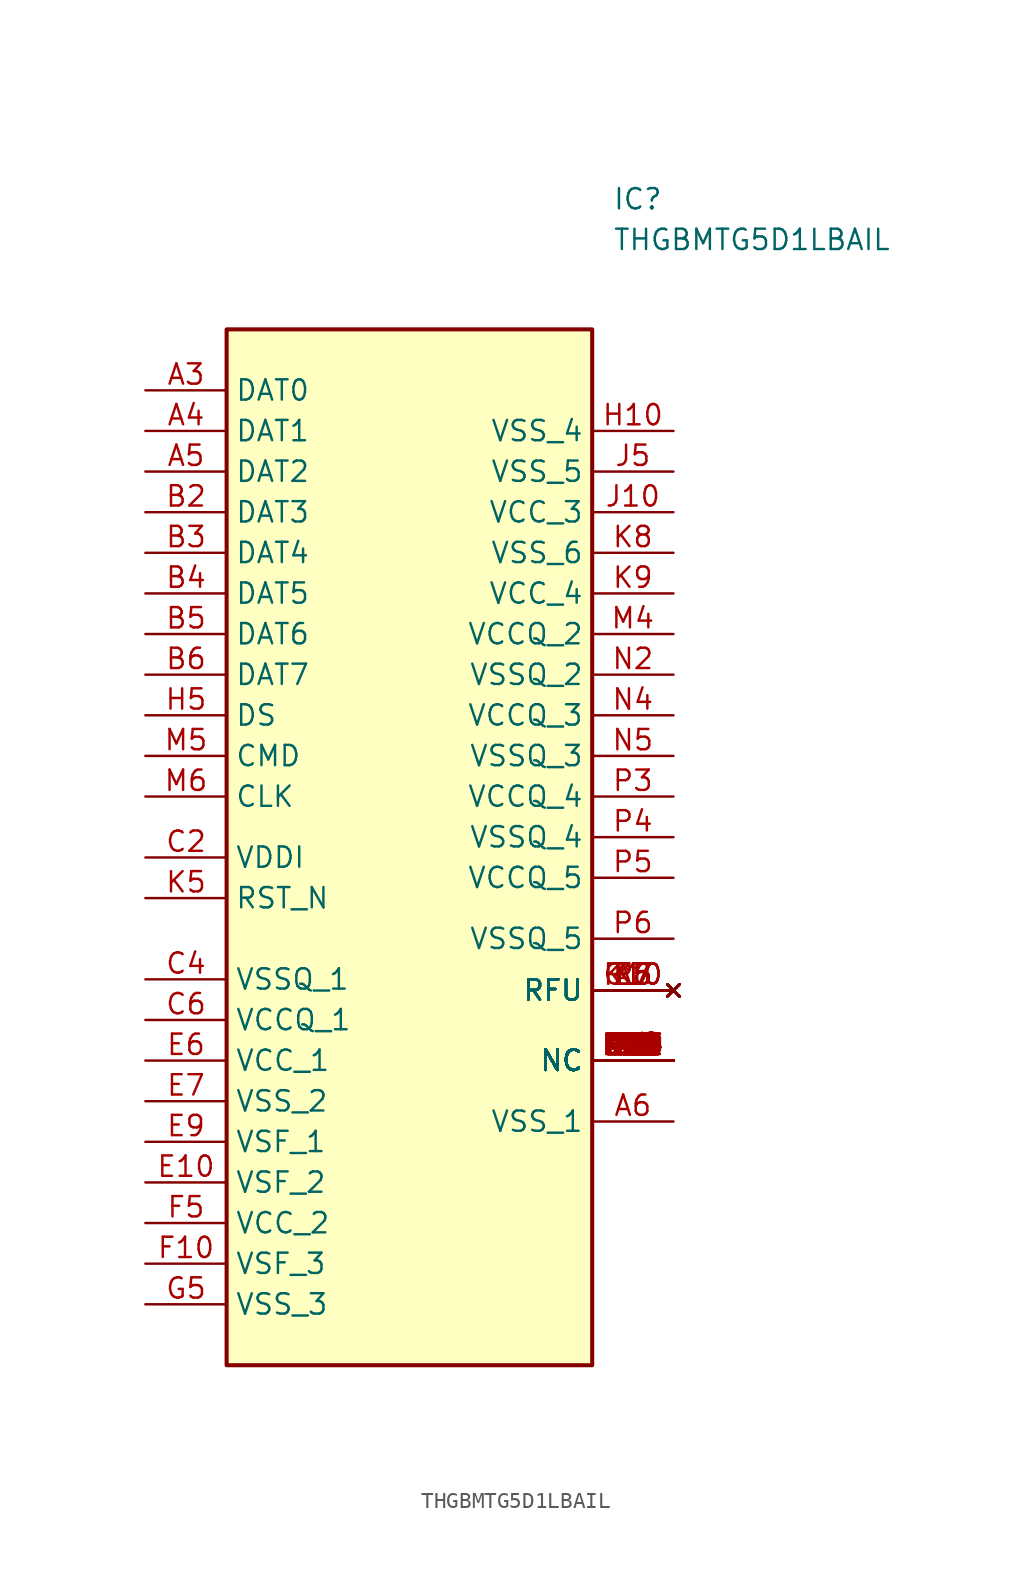
<source format=kicad_sym>
(kicad_symbol_lib
  (version 20220914)
  (generator kicad_symbol_editor)
  (symbol "THGBMTG5D1LBAIL"
    (property "Reference" "IC"
      (at 29.21 7.62 0)
      (effects (font (size 1.27 1.27)) (justify left top)))
    (property "Value" "THGBMTG5D1LBAIL"
      (at 29.21 5.08 0)
      (effects (font (size 1.27 1.27)) (justify left top)))
    (symbol "THGBMTG5D1LBAIL_1_1"
      (rectangle (start 5.08 -1.27) (end 27.94 -66.04) (stroke (width 0.254) (type default)) (fill (type background)))
      (pin passive line (at 33.02 -46.99 180) (length 5.08) (name "NC" (effects (font (size 1.27 1.27)))) (number "A1" (effects (font (size 1.27 1.27)))))
      (pin passive line (at 33.02 -46.99 180) (length 5.08) (name "NC" (effects (font (size 1.27 1.27)))) (number "A10" (effects (font (size 1.27 1.27)))))
      (pin passive line (at 33.02 -46.99 180) (length 5.08) (name "NC" (effects (font (size 1.27 1.27)))) (number "A11" (effects (font (size 1.27 1.27)))))
      (pin passive line (at 33.02 -46.99 180) (length 5.08) (name "NC" (effects (font (size 1.27 1.27)))) (number "A12" (effects (font (size 1.27 1.27)))))
      (pin passive line (at 33.02 -46.99 180) (length 5.08) (name "NC" (effects (font (size 1.27 1.27)))) (number "A13" (effects (font (size 1.27 1.27)))))
      (pin passive line (at 33.02 -46.99 180) (length 5.08) (name "NC" (effects (font (size 1.27 1.27)))) (number "A14" (effects (font (size 1.27 1.27)))))
      (pin passive line (at 33.02 -46.99 180) (length 5.08) (name "NC" (effects (font (size 1.27 1.27)))) (number "A2" (effects (font (size 1.27 1.27)))))
      (pin passive line (at 0 -5.08 0) (length 5.08) (name "DAT0" (effects (font (size 1.27 1.27)))) (number "A3" (effects (font (size 1.27 1.27)))))
      (pin passive line (at 0 -7.62 0) (length 5.08) (name "DAT1" (effects (font (size 1.27 1.27)))) (number "A4" (effects (font (size 1.27 1.27)))))
      (pin passive line (at 0 -10.16 0) (length 5.08) (name "DAT2" (effects (font (size 1.27 1.27)))) (number "A5" (effects (font (size 1.27 1.27)))))
      (pin passive line (at 33.02 -50.8 180) (length 5.08) (name "VSS_1" (effects (font (size 1.27 1.27)))) (number "A6" (effects (font (size 1.27 1.27)))))
      (pin no_connect line (at 33.02 -42.6 180) (length 5.08) (name "RFU" (effects (font (size 1.27 1.27)))) (number "A7" (effects (font (size 1.27 1.27)))))
      (pin passive line (at 33.02 -46.99 180) (length 5.08) (name "NC" (effects (font (size 1.27 1.27)))) (number "A8" (effects (font (size 1.27 1.27)))))
      (pin passive line (at 33.02 -46.99 180) (length 5.08) (name "NC" (effects (font (size 1.27 1.27)))) (number "A9" (effects (font (size 1.27 1.27)))))
      (pin passive line (at 33.02 -46.99 180) (length 5.08) (name "NC" (effects (font (size 1.27 1.27)))) (number "B1" (effects (font (size 1.27 1.27)))))
      (pin passive line (at 33.02 -46.99 180) (length 5.08) (name "NC" (effects (font (size 1.27 1.27)))) (number "B10" (effects (font (size 1.27 1.27)))))
      (pin passive line (at 33.02 -46.99 180) (length 5.08) (name "NC" (effects (font (size 1.27 1.27)))) (number "B11" (effects (font (size 1.27 1.27)))))
      (pin passive line (at 33.02 -46.99 180) (length 5.08) (name "NC" (effects (font (size 1.27 1.27)))) (number "B12" (effects (font (size 1.27 1.27)))))
      (pin passive line (at 33.02 -46.99 180) (length 5.08) (name "NC" (effects (font (size 1.27 1.27)))) (number "B13" (effects (font (size 1.27 1.27)))))
      (pin passive line (at 33.02 -46.99 180) (length 5.08) (name "NC" (effects (font (size 1.27 1.27)))) (number "B14" (effects (font (size 1.27 1.27)))))
      (pin passive line (at 0 -12.7 0) (length 5.08) (name "DAT3" (effects (font (size 1.27 1.27)))) (number "B2" (effects (font (size 1.27 1.27)))))
      (pin passive line (at 0 -15.24 0) (length 5.08) (name "DAT4" (effects (font (size 1.27 1.27)))) (number "B3" (effects (font (size 1.27 1.27)))))
      (pin passive line (at 0 -17.78 0) (length 5.08) (name "DAT5" (effects (font (size 1.27 1.27)))) (number "B4" (effects (font (size 1.27 1.27)))))
      (pin passive line (at 0 -20.32 0) (length 5.08) (name "DAT6" (effects (font (size 1.27 1.27)))) (number "B5" (effects (font (size 1.27 1.27)))))
      (pin passive line (at 0 -22.86 0) (length 5.08) (name "DAT7" (effects (font (size 1.27 1.27)))) (number "B6" (effects (font (size 1.27 1.27)))))
      (pin passive line (at 33.02 -46.99 180) (length 5.08) (name "NC" (effects (font (size 1.27 1.27)))) (number "B7" (effects (font (size 1.27 1.27)))))
      (pin passive line (at 33.02 -46.99 180) (length 5.08) (name "NC" (effects (font (size 1.27 1.27)))) (number "B8" (effects (font (size 1.27 1.27)))))
      (pin passive line (at 33.02 -46.99 180) (length 5.08) (name "NC" (effects (font (size 1.27 1.27)))) (number "B9" (effects (font (size 1.27 1.27)))))
      (pin passive line (at 33.02 -46.99 180) (length 5.08) (name "NC" (effects (font (size 1.27 1.27)))) (number "C1" (effects (font (size 1.27 1.27)))))
      (pin passive line (at 33.02 -46.99 180) (length 5.08) (name "NC" (effects (font (size 1.27 1.27)))) (number "C10" (effects (font (size 1.27 1.27)))))
      (pin passive line (at 33.02 -46.99 180) (length 5.08) (name "NC" (effects (font (size 1.27 1.27)))) (number "C11" (effects (font (size 1.27 1.27)))))
      (pin passive line (at 33.02 -46.99 180) (length 5.08) (name "NC" (effects (font (size 1.27 1.27)))) (number "C12" (effects (font (size 1.27 1.27)))))
      (pin passive line (at 33.02 -46.99 180) (length 5.08) (name "NC" (effects (font (size 1.27 1.27)))) (number "C13" (effects (font (size 1.27 1.27)))))
      (pin passive line (at 33.02 -46.99 180) (length 5.08) (name "NC" (effects (font (size 1.27 1.27)))) (number "C14" (effects (font (size 1.27 1.27)))))
      (pin passive line (at 0 -34.29 0) (length 5.08) (name "VDDI" (effects (font (size 1.27 1.27)))) (number "C2" (effects (font (size 1.27 1.27)))))
      (pin passive line (at 33.02 -46.99 180) (length 5.08) (name "NC" (effects (font (size 1.27 1.27)))) (number "C3" (effects (font (size 1.27 1.27)))))
      (pin passive line (at 0 -41.91 0) (length 5.08) (name "VSSQ_1" (effects (font (size 1.27 1.27)))) (number "C4" (effects (font (size 1.27 1.27)))))
      (pin passive line (at 33.02 -46.99 180) (length 5.08) (name "NC" (effects (font (size 1.27 1.27)))) (number "C5" (effects (font (size 1.27 1.27)))))
      (pin passive line (at 0 -44.45 0) (length 5.08) (name "VCCQ_1" (effects (font (size 1.27 1.27)))) (number "C6" (effects (font (size 1.27 1.27)))))
      (pin passive line (at 33.02 -46.99 180) (length 5.08) (name "NC" (effects (font (size 1.27 1.27)))) (number "C7" (effects (font (size 1.27 1.27)))))
      (pin passive line (at 33.02 -46.99 180) (length 5.08) (name "NC" (effects (font (size 1.27 1.27)))) (number "C8" (effects (font (size 1.27 1.27)))))
      (pin passive line (at 33.02 -46.99 180) (length 5.08) (name "NC" (effects (font (size 1.27 1.27)))) (number "C9" (effects (font (size 1.27 1.27)))))
      (pin passive line (at 33.02 -46.99 180) (length 5.08) (name "NC" (effects (font (size 1.27 1.27)))) (number "D1" (effects (font (size 1.27 1.27)))))
      (pin passive line (at 33.02 -46.99 180) (length 5.08) (name "NC" (effects (font (size 1.27 1.27)))) (number "D12" (effects (font (size 1.27 1.27)))))
      (pin passive line (at 33.02 -46.99 180) (length 5.08) (name "NC" (effects (font (size 1.27 1.27)))) (number "D13" (effects (font (size 1.27 1.27)))))
      (pin passive line (at 33.02 -46.99 180) (length 5.08) (name "NC" (effects (font (size 1.27 1.27)))) (number "D14" (effects (font (size 1.27 1.27)))))
      (pin passive line (at 33.02 -46.99 180) (length 5.08) (name "NC" (effects (font (size 1.27 1.27)))) (number "D2" (effects (font (size 1.27 1.27)))))
      (pin passive line (at 33.02 -46.99 180) (length 5.08) (name "NC" (effects (font (size 1.27 1.27)))) (number "D3" (effects (font (size 1.27 1.27)))))
      (pin passive line (at 33.02 -46.99 180) (length 5.08) (name "NC" (effects (font (size 1.27 1.27)))) (number "D4" (effects (font (size 1.27 1.27)))))
      (pin passive line (at 33.02 -46.99 180) (length 5.08) (name "NC" (effects (font (size 1.27 1.27)))) (number "E1" (effects (font (size 1.27 1.27)))))
      (pin passive line (at 0 -54.61 0) (length 5.08) (name "VSF_2" (effects (font (size 1.27 1.27)))) (number "E10" (effects (font (size 1.27 1.27)))))
      (pin passive line (at 33.02 -46.99 180) (length 5.08) (name "NC" (effects (font (size 1.27 1.27)))) (number "E12" (effects (font (size 1.27 1.27)))))
      (pin passive line (at 33.02 -46.99 180) (length 5.08) (name "NC" (effects (font (size 1.27 1.27)))) (number "E13" (effects (font (size 1.27 1.27)))))
      (pin passive line (at 33.02 -46.99 180) (length 5.08) (name "NC" (effects (font (size 1.27 1.27)))) (number "E14" (effects (font (size 1.27 1.27)))))
      (pin passive line (at 33.02 -46.99 180) (length 5.08) (name "NC" (effects (font (size 1.27 1.27)))) (number "E2" (effects (font (size 1.27 1.27)))))
      (pin passive line (at 33.02 -46.99 180) (length 5.08) (name "NC" (effects (font (size 1.27 1.27)))) (number "E3" (effects (font (size 1.27 1.27)))))
      (pin no_connect line (at 33.02 -42.6 180) (length 5.08) (name "RFU" (effects (font (size 1.27 1.27)))) (number "E5" (effects (font (size 1.27 1.27)))))
      (pin passive line (at 0 -46.99 0) (length 5.08) (name "VCC_1" (effects (font (size 1.27 1.27)))) (number "E6" (effects (font (size 1.27 1.27)))))
      (pin passive line (at 0 -49.53 0) (length 5.08) (name "VSS_2" (effects (font (size 1.27 1.27)))) (number "E7" (effects (font (size 1.27 1.27)))))
      (pin no_connect line (at 33.02 -42.6 180) (length 5.08) (name "RFU" (effects (font (size 1.27 1.27)))) (number "E8" (effects (font (size 1.27 1.27)))))
      (pin passive line (at 0 -52.07 0) (length 5.08) (name "VSF_1" (effects (font (size 1.27 1.27)))) (number "E9" (effects (font (size 1.27 1.27)))))
      (pin passive line (at 33.02 -46.99 180) (length 5.08) (name "NC" (effects (font (size 1.27 1.27)))) (number "F1" (effects (font (size 1.27 1.27)))))
      (pin passive line (at 0 -59.69 0) (length 5.08) (name "VSF_3" (effects (font (size 1.27 1.27)))) (number "F10" (effects (font (size 1.27 1.27)))))
      (pin passive line (at 33.02 -46.99 180) (length 5.08) (name "NC" (effects (font (size 1.27 1.27)))) (number "F12" (effects (font (size 1.27 1.27)))))
      (pin passive line (at 33.02 -46.99 180) (length 5.08) (name "NC" (effects (font (size 1.27 1.27)))) (number "F13" (effects (font (size 1.27 1.27)))))
      (pin passive line (at 33.02 -46.99 180) (length 5.08) (name "NC" (effects (font (size 1.27 1.27)))) (number "F14" (effects (font (size 1.27 1.27)))))
      (pin passive line (at 33.02 -46.99 180) (length 5.08) (name "NC" (effects (font (size 1.27 1.27)))) (number "F2" (effects (font (size 1.27 1.27)))))
      (pin passive line (at 33.02 -46.99 180) (length 5.08) (name "NC" (effects (font (size 1.27 1.27)))) (number "F3" (effects (font (size 1.27 1.27)))))
      (pin passive line (at 0 -57.15 0) (length 5.08) (name "VCC_2" (effects (font (size 1.27 1.27)))) (number "F5" (effects (font (size 1.27 1.27)))))
      (pin passive line (at 33.02 -46.99 180) (length 5.08) (name "NC" (effects (font (size 1.27 1.27)))) (number "G1" (effects (font (size 1.27 1.27)))))
      (pin no_connect line (at 33.02 -42.6 180) (length 5.08) (name "RFU" (effects (font (size 1.27 1.27)))) (number "G10" (effects (font (size 1.27 1.27)))))
      (pin passive line (at 33.02 -46.99 180) (length 5.08) (name "NC" (effects (font (size 1.27 1.27)))) (number "G12" (effects (font (size 1.27 1.27)))))
      (pin passive line (at 33.02 -46.99 180) (length 5.08) (name "NC" (effects (font (size 1.27 1.27)))) (number "G13" (effects (font (size 1.27 1.27)))))
      (pin passive line (at 33.02 -46.99 180) (length 5.08) (name "NC" (effects (font (size 1.27 1.27)))) (number "G14" (effects (font (size 1.27 1.27)))))
      (pin passive line (at 33.02 -46.99 180) (length 5.08) (name "NC" (effects (font (size 1.27 1.27)))) (number "G2" (effects (font (size 1.27 1.27)))))
      (pin passive line (at 33.02 -46.99 180) (length 5.08) (name "NC" (effects (font (size 1.27 1.27)))) (number "G3" (effects (font (size 1.27 1.27)))))
      (pin passive line (at 0 -62.23 0) (length 5.08) (name "VSS_3" (effects (font (size 1.27 1.27)))) (number "G5" (effects (font (size 1.27 1.27)))))
      (pin passive line (at 33.02 -46.99 180) (length 5.08) (name "NC" (effects (font (size 1.27 1.27)))) (number "H1" (effects (font (size 1.27 1.27)))))
      (pin passive line (at 33.02 -7.62 180) (length 5.08) (name "VSS_4" (effects (font (size 1.27 1.27)))) (number "H10" (effects (font (size 1.27 1.27)))))
      (pin passive line (at 33.02 -46.99 180) (length 5.08) (name "NC" (effects (font (size 1.27 1.27)))) (number "H12" (effects (font (size 1.27 1.27)))))
      (pin passive line (at 33.02 -46.99 180) (length 5.08) (name "NC" (effects (font (size 1.27 1.27)))) (number "H13" (effects (font (size 1.27 1.27)))))
      (pin passive line (at 33.02 -46.99 180) (length 5.08) (name "NC" (effects (font (size 1.27 1.27)))) (number "H14" (effects (font (size 1.27 1.27)))))
      (pin passive line (at 33.02 -46.99 180) (length 5.08) (name "NC" (effects (font (size 1.27 1.27)))) (number "H2" (effects (font (size 1.27 1.27)))))
      (pin passive line (at 33.02 -46.99 180) (length 5.08) (name "NC" (effects (font (size 1.27 1.27)))) (number "H3" (effects (font (size 1.27 1.27)))))
      (pin passive line (at 0 -25.4 0) (length 5.08) (name "DS" (effects (font (size 1.27 1.27)))) (number "H5" (effects (font (size 1.27 1.27)))))
      (pin passive line (at 33.02 -46.99 180) (length 5.08) (name "NC" (effects (font (size 1.27 1.27)))) (number "J1" (effects (font (size 1.27 1.27)))))
      (pin passive line (at 33.02 -12.7 180) (length 5.08) (name "VCC_3" (effects (font (size 1.27 1.27)))) (number "J10" (effects (font (size 1.27 1.27)))))
      (pin passive line (at 33.02 -46.99 180) (length 5.08) (name "NC" (effects (font (size 1.27 1.27)))) (number "J12" (effects (font (size 1.27 1.27)))))
      (pin passive line (at 33.02 -46.99 180) (length 5.08) (name "NC" (effects (font (size 1.27 1.27)))) (number "J13" (effects (font (size 1.27 1.27)))))
      (pin passive line (at 33.02 -46.99 180) (length 5.08) (name "NC" (effects (font (size 1.27 1.27)))) (number "J14" (effects (font (size 1.27 1.27)))))
      (pin passive line (at 33.02 -46.99 180) (length 5.08) (name "NC" (effects (font (size 1.27 1.27)))) (number "J2" (effects (font (size 1.27 1.27)))))
      (pin passive line (at 33.02 -46.99 180) (length 5.08) (name "NC" (effects (font (size 1.27 1.27)))) (number "J3" (effects (font (size 1.27 1.27)))))
      (pin passive line (at 33.02 -10.16 180) (length 5.08) (name "VSS_5" (effects (font (size 1.27 1.27)))) (number "J5" (effects (font (size 1.27 1.27)))))
      (pin passive line (at 33.02 -46.99 180) (length 5.08) (name "NC" (effects (font (size 1.27 1.27)))) (number "K1" (effects (font (size 1.27 1.27)))))
      (pin no_connect line (at 33.02 -42.6 180) (length 5.08) (name "RFU" (effects (font (size 1.27 1.27)))) (number "K10" (effects (font (size 1.27 1.27)))))
      (pin passive line (at 33.02 -46.99 180) (length 5.08) (name "NC" (effects (font (size 1.27 1.27)))) (number "K12" (effects (font (size 1.27 1.27)))))
      (pin passive line (at 33.02 -46.99 180) (length 5.08) (name "NC" (effects (font (size 1.27 1.27)))) (number "K13" (effects (font (size 1.27 1.27)))))
      (pin passive line (at 33.02 -46.99 180) (length 5.08) (name "NC" (effects (font (size 1.27 1.27)))) (number "K14" (effects (font (size 1.27 1.27)))))
      (pin passive line (at 33.02 -46.99 180) (length 5.08) (name "NC" (effects (font (size 1.27 1.27)))) (number "K2" (effects (font (size 1.27 1.27)))))
      (pin passive line (at 33.02 -46.99 180) (length 5.08) (name "NC" (effects (font (size 1.27 1.27)))) (number "K3" (effects (font (size 1.27 1.27)))))
      (pin passive line (at 0 -36.83 0) (length 5.08) (name "RST_N" (effects (font (size 1.27 1.27)))) (number "K5" (effects (font (size 1.27 1.27)))))
      (pin no_connect line (at 33.02 -42.6 180) (length 5.08) (name "RFU" (effects (font (size 1.27 1.27)))) (number "K6" (effects (font (size 1.27 1.27)))))
      (pin no_connect line (at 33.02 -42.6 180) (length 5.08) (name "RFU" (effects (font (size 1.27 1.27)))) (number "K7" (effects (font (size 1.27 1.27)))))
      (pin passive line (at 33.02 -15.24 180) (length 5.08) (name "VSS_6" (effects (font (size 1.27 1.27)))) (number "K8" (effects (font (size 1.27 1.27)))))
      (pin passive line (at 33.02 -17.78 180) (length 5.08) (name "VCC_4" (effects (font (size 1.27 1.27)))) (number "K9" (effects (font (size 1.27 1.27)))))
      (pin passive line (at 33.02 -46.99 180) (length 5.08) (name "NC" (effects (font (size 1.27 1.27)))) (number "L1" (effects (font (size 1.27 1.27)))))
      (pin passive line (at 33.02 -46.99 180) (length 5.08) (name "NC" (effects (font (size 1.27 1.27)))) (number "L12" (effects (font (size 1.27 1.27)))))
      (pin passive line (at 33.02 -46.99 180) (length 5.08) (name "NC" (effects (font (size 1.27 1.27)))) (number "L13" (effects (font (size 1.27 1.27)))))
      (pin passive line (at 33.02 -46.99 180) (length 5.08) (name "NC" (effects (font (size 1.27 1.27)))) (number "L14" (effects (font (size 1.27 1.27)))))
      (pin passive line (at 33.02 -46.99 180) (length 5.08) (name "NC" (effects (font (size 1.27 1.27)))) (number "L2" (effects (font (size 1.27 1.27)))))
      (pin passive line (at 33.02 -46.99 180) (length 5.08) (name "NC" (effects (font (size 1.27 1.27)))) (number "L3" (effects (font (size 1.27 1.27)))))
      (pin passive line (at 33.02 -46.99 180) (length 5.08) (name "NC" (effects (font (size 1.27 1.27)))) (number "M1" (effects (font (size 1.27 1.27)))))
      (pin passive line (at 33.02 -46.99 180) (length 5.08) (name "NC" (effects (font (size 1.27 1.27)))) (number "M10" (effects (font (size 1.27 1.27)))))
      (pin passive line (at 33.02 -46.99 180) (length 5.08) (name "NC" (effects (font (size 1.27 1.27)))) (number "M11" (effects (font (size 1.27 1.27)))))
      (pin passive line (at 33.02 -46.99 180) (length 5.08) (name "NC" (effects (font (size 1.27 1.27)))) (number "M12" (effects (font (size 1.27 1.27)))))
      (pin passive line (at 33.02 -46.99 180) (length 5.08) (name "NC" (effects (font (size 1.27 1.27)))) (number "M13" (effects (font (size 1.27 1.27)))))
      (pin passive line (at 33.02 -46.99 180) (length 5.08) (name "NC" (effects (font (size 1.27 1.27)))) (number "M14" (effects (font (size 1.27 1.27)))))
      (pin passive line (at 33.02 -46.99 180) (length 5.08) (name "NC" (effects (font (size 1.27 1.27)))) (number "M2" (effects (font (size 1.27 1.27)))))
      (pin passive line (at 33.02 -46.99 180) (length 5.08) (name "NC" (effects (font (size 1.27 1.27)))) (number "M3" (effects (font (size 1.27 1.27)))))
      (pin passive line (at 33.02 -20.32 180) (length 5.08) (name "VCCQ_2" (effects (font (size 1.27 1.27)))) (number "M4" (effects (font (size 1.27 1.27)))))
      (pin passive line (at 0 -27.94 0) (length 5.08) (name "CMD" (effects (font (size 1.27 1.27)))) (number "M5" (effects (font (size 1.27 1.27)))))
      (pin passive line (at 0 -30.48 0) (length 5.08) (name "CLK" (effects (font (size 1.27 1.27)))) (number "M6" (effects (font (size 1.27 1.27)))))
      (pin passive line (at 33.02 -46.99 180) (length 5.08) (name "NC" (effects (font (size 1.27 1.27)))) (number "M7" (effects (font (size 1.27 1.27)))))
      (pin passive line (at 33.02 -46.99 180) (length 5.08) (name "NC" (effects (font (size 1.27 1.27)))) (number "M8" (effects (font (size 1.27 1.27)))))
      (pin passive line (at 33.02 -46.99 180) (length 5.08) (name "NC" (effects (font (size 1.27 1.27)))) (number "M9" (effects (font (size 1.27 1.27)))))
      (pin passive line (at 33.02 -46.99 180) (length 5.08) (name "NC" (effects (font (size 1.27 1.27)))) (number "N1" (effects (font (size 1.27 1.27)))))
      (pin passive line (at 33.02 -46.99 180) (length 5.08) (name "NC" (effects (font (size 1.27 1.27)))) (number "N10" (effects (font (size 1.27 1.27)))))
      (pin passive line (at 33.02 -46.99 180) (length 5.08) (name "NC" (effects (font (size 1.27 1.27)))) (number "N11" (effects (font (size 1.27 1.27)))))
      (pin passive line (at 33.02 -46.99 180) (length 5.08) (name "NC" (effects (font (size 1.27 1.27)))) (number "N12" (effects (font (size 1.27 1.27)))))
      (pin passive line (at 33.02 -46.99 180) (length 5.08) (name "NC" (effects (font (size 1.27 1.27)))) (number "N13" (effects (font (size 1.27 1.27)))))
      (pin passive line (at 33.02 -46.99 180) (length 5.08) (name "NC" (effects (font (size 1.27 1.27)))) (number "N14" (effects (font (size 1.27 1.27)))))
      (pin passive line (at 33.02 -22.86 180) (length 5.08) (name "VSSQ_2" (effects (font (size 1.27 1.27)))) (number "N2" (effects (font (size 1.27 1.27)))))
      (pin passive line (at 33.02 -46.99 180) (length 5.08) (name "NC" (effects (font (size 1.27 1.27)))) (number "N3" (effects (font (size 1.27 1.27)))))
      (pin passive line (at 33.02 -25.4 180) (length 5.08) (name "VCCQ_3" (effects (font (size 1.27 1.27)))) (number "N4" (effects (font (size 1.27 1.27)))))
      (pin passive line (at 33.02 -27.94 180) (length 5.08) (name "VSSQ_3" (effects (font (size 1.27 1.27)))) (number "N5" (effects (font (size 1.27 1.27)))))
      (pin passive line (at 33.02 -46.99 180) (length 5.08) (name "NC" (effects (font (size 1.27 1.27)))) (number "N6" (effects (font (size 1.27 1.27)))))
      (pin passive line (at 33.02 -46.99 180) (length 5.08) (name "NC" (effects (font (size 1.27 1.27)))) (number "N7" (effects (font (size 1.27 1.27)))))
      (pin passive line (at 33.02 -46.99 180) (length 5.08) (name "NC" (effects (font (size 1.27 1.27)))) (number "N8" (effects (font (size 1.27 1.27)))))
      (pin passive line (at 33.02 -46.99 180) (length 5.08) (name "NC" (effects (font (size 1.27 1.27)))) (number "N9" (effects (font (size 1.27 1.27)))))
      (pin passive line (at 33.02 -46.99 180) (length 5.08) (name "NC" (effects (font (size 1.27 1.27)))) (number "P1" (effects (font (size 1.27 1.27)))))
      (pin no_connect line (at 33.02 -42.6 180) (length 5.08) (name "RFU" (effects (font (size 1.27 1.27)))) (number "P10" (effects (font (size 1.27 1.27)))))
      (pin passive line (at 33.02 -46.99 180) (length 5.08) (name "NC" (effects (font (size 1.27 1.27)))) (number "P11" (effects (font (size 1.27 1.27)))))
      (pin passive line (at 33.02 -46.99 180) (length 5.08) (name "NC" (effects (font (size 1.27 1.27)))) (number "P12" (effects (font (size 1.27 1.27)))))
      (pin passive line (at 33.02 -46.99 180) (length 5.08) (name "NC" (effects (font (size 1.27 1.27)))) (number "P13" (effects (font (size 1.27 1.27)))))
      (pin passive line (at 33.02 -46.99 180) (length 5.08) (name "NC" (effects (font (size 1.27 1.27)))) (number "P14" (effects (font (size 1.27 1.27)))))
      (pin passive line (at 33.02 -46.99 180) (length 5.08) (name "NC" (effects (font (size 1.27 1.27)))) (number "P2" (effects (font (size 1.27 1.27)))))
      (pin passive line (at 33.02 -30.48 180) (length 5.08) (name "VCCQ_4" (effects (font (size 1.27 1.27)))) (number "P3" (effects (font (size 1.27 1.27)))))
      (pin passive line (at 33.02 -33.02 180) (length 5.08) (name "VSSQ_4" (effects (font (size 1.27 1.27)))) (number "P4" (effects (font (size 1.27 1.27)))))
      (pin passive line (at 33.02 -35.56 180) (length 5.08) (name "VCCQ_5" (effects (font (size 1.27 1.27)))) (number "P5" (effects (font (size 1.27 1.27)))))
      (pin passive line (at 33.02 -39.37 180) (length 5.08) (name "VSSQ_5" (effects (font (size 1.27 1.27)))) (number "P6" (effects (font (size 1.27 1.27)))))
      (pin no_connect line (at 33.02 -42.6 180) (length 5.08) (name "RFU" (effects (font (size 1.27 1.27)))) (number "P7" (effects (font (size 1.27 1.27)))))
      (pin passive line (at 33.02 -46.99 180) (length 5.08) (name "NC" (effects (font (size 1.27 1.27)))) (number "P8" (effects (font (size 1.27 1.27)))))
      (pin passive line (at 33.02 -46.99 180) (length 5.08) (name "NC" (effects (font (size 1.27 1.27)))) (number "P9" (effects (font (size 1.27 1.27))))))))
</source>
